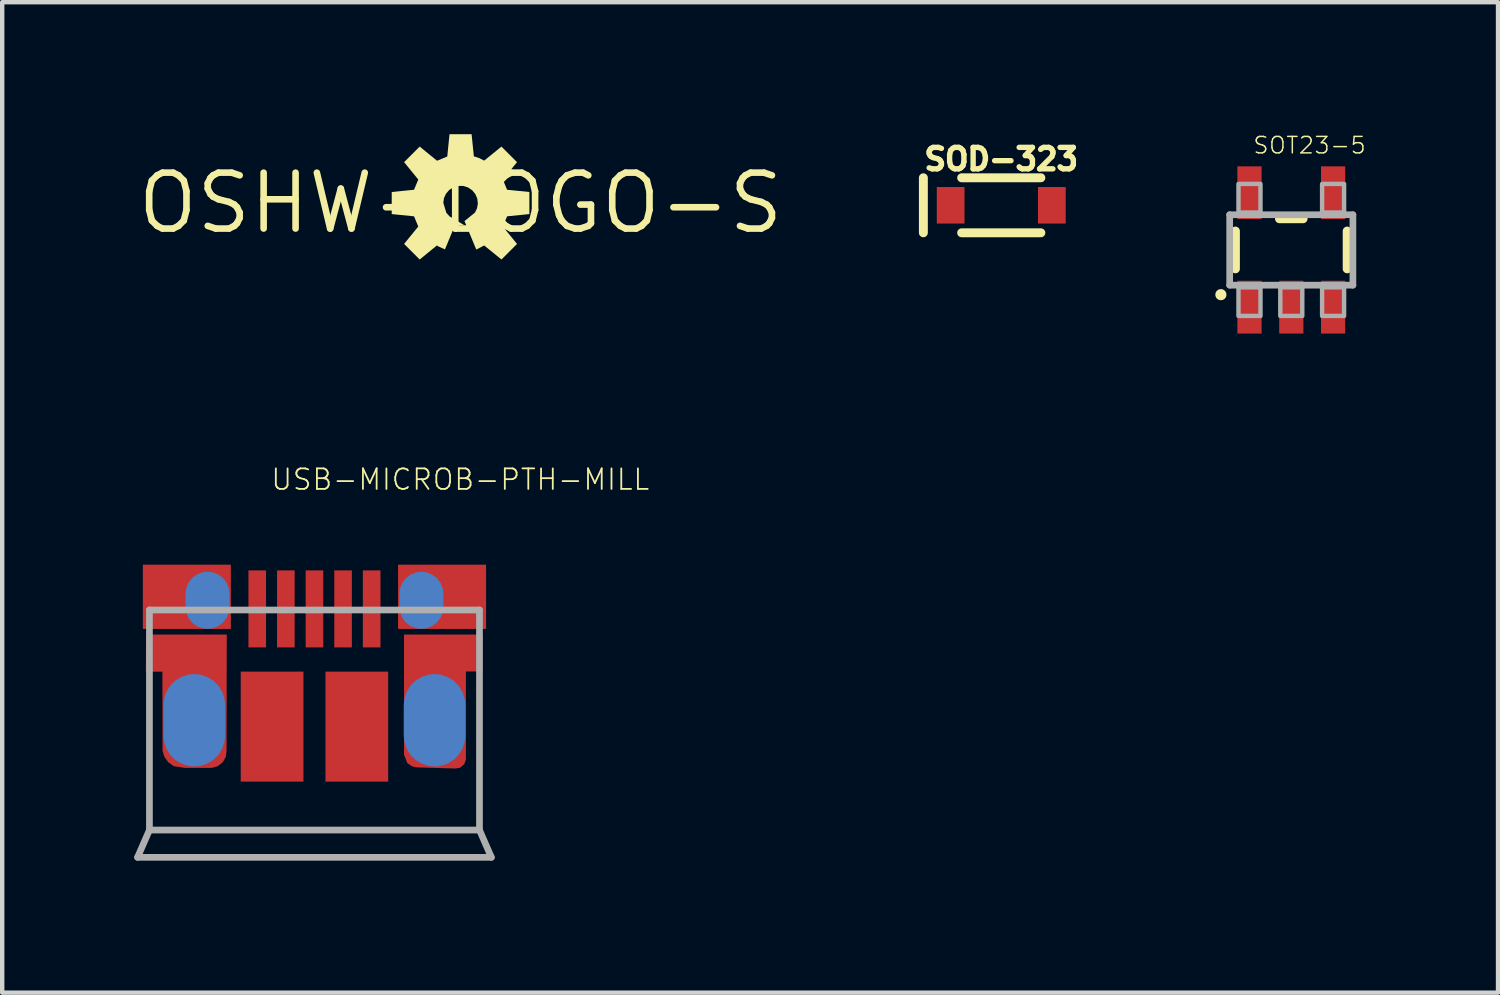
<source format=kicad_pcb>
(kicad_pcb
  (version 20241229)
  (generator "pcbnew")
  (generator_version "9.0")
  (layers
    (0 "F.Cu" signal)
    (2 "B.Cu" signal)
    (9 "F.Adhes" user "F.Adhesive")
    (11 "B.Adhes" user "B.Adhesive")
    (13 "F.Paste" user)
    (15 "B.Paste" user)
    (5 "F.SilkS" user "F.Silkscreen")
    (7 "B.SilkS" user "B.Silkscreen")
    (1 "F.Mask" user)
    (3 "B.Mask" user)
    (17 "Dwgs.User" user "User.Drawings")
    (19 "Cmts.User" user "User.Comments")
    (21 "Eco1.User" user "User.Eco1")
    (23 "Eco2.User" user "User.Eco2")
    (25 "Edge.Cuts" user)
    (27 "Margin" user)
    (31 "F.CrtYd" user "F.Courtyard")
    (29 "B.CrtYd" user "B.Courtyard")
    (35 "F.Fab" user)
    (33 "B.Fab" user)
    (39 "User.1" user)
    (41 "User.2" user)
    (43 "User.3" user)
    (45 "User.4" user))
  (footprint "OSHW-LOGO-S"
    (layer "F.Cu")
    (at 7.416 1.564)
    (property "Reference" "OSHW-LOGO-S" (at 0 0 0) (layer "F.SilkS") (effects (font (size 1.27 1.27) (thickness 0.15))))
    (fp_poly (pts (xy 0.302 -1.061) (xy 0.423 -1.022) (xy 0.537 -0.964) (xy 0.929 -1.283) (xy 1.283 -0.929) (xy 0.961 -0.534) (xy 1.057 -0.302) (xy 1.564 -0.251) (xy 1.564 0.251) (xy 1.057 0.302) (xy 0.961 0.534) (xy 1.283 0.929) (xy 0.929 1.283) (xy 0.537 0.964) (xy 0.357 1.057) (xy 0.089 0.41) (xy 0.326 0.218) (xy 0.374 0.121) (xy 0.393 0.01) (xy 0.379 -0.102) (xy 0.335 -0.205) (xy 0.263 -0.292) (xy 0.169 -0.355) (xy 0.061 -0.388) (xy -0.051 -0.389) (xy -0.16 -0.359) (xy -0.255 -0.299) (xy -0.33 -0.214) (xy -0.377 -0.112) (xy -0.392 -0.006) (xy -0.323 0.223) (xy -0.249 0.304) (xy 0.092 0.508) (xy -0.129 0.508) (xy -0.355 1.054) (xy -0.507 0.984) (xy -0.539 0.965) (xy -0.929 1.283) (xy -1.283 0.929) (xy -0.961 0.534) (xy -1.057 0.302) (xy -1.564 0.251) (xy -1.564 -0.251) (xy -1.057 -0.302) (xy -0.961 -0.534) (xy -1.283 -0.929) (xy -0.929 -1.283) (xy -0.534 -0.961) (xy -0.302 -1.057) (xy -0.251 -1.564) (xy 0.251 -1.564)) (stroke (width 0) (type solid)) (fill yes) (layer "F.SilkS")))
  (footprint "SOT23-5"
    (layer "F.Cu")
    (at 26.294 2.63)
    (property "Reference" "SOT23-5" (at -0.889 -2.159 0) (layer "F.SilkS") (effects (font (size 0.374 0.374) (thickness 0.033)) (justify left bottom)))
    (fp_line (start -1.27 0.429) (end -1.27 -0.429) (stroke (width 0.203) (type solid)) (layer "F.SilkS"))
    (fp_line (start -0.268 -0.709) (end 0.268 -0.709) (stroke (width 0.203) (type solid)) (layer "F.SilkS"))
    (fp_line (start 1.27 -0.429) (end 1.27 0.429) (stroke (width 0.203) (type solid)) (layer "F.SilkS"))
    (fp_circle (center -1.6 1.016) (end -1.537 1.016) (stroke (width 0.127) (type solid)) (fill yes) (layer "F.SilkS"))
    (fp_line (start -1.4 -0.8) (end -1.4 0.8) (stroke (width 0.152) (type solid)) (layer "F.Fab"))
    (fp_line (start -1.4 -0.8) (end 1.4 -0.8) (stroke (width 0.152) (type solid)) (layer "F.Fab"))
    (fp_line (start 1.4 -0.8) (end 1.4 0.8) (stroke (width 0.152) (type solid)) (layer "F.Fab"))
    (fp_line (start 1.4 0.8) (end -1.4 0.8) (stroke (width 0.152) (type solid)) (layer "F.Fab"))
    (fp_poly (pts (xy -1.2 -0.85) (xy -0.7 -0.85) (xy -0.7 -1.5) (xy -1.2 -1.5)) (stroke (width 0.1) (type solid)) (fill no) (layer "F.Fab"))
    (fp_poly (pts (xy -1.2 1.5) (xy -0.7 1.5) (xy -0.7 0.85) (xy -1.2 0.85)) (stroke (width 0.1) (type solid)) (fill no) (layer "F.Fab"))
    (fp_poly (pts (xy -0.25 1.5) (xy 0.25 1.5) (xy 0.25 0.85) (xy -0.25 0.85)) (stroke (width 0.1) (type solid)) (fill no) (layer "F.Fab"))
    (fp_poly (pts (xy 0.7 -0.85) (xy 1.2 -0.85) (xy 1.2 -1.5) (xy 0.7 -1.5)) (stroke (width 0.1) (type solid)) (fill no) (layer "F.Fab"))
    (fp_poly (pts (xy 0.7 1.5) (xy 1.2 1.5) (xy 1.2 0.85) (xy 0.7 0.85)) (stroke (width 0.1) (type solid)) (fill no) (layer "F.Fab"))
    (pad "1" smd rect (at -0.95 1.3) (size 0.55 1.2) (layers "F.Cu" "F.Mask" "F.Paste"))
    (pad "2" smd rect (at 0 1.3) (size 0.55 1.2) (layers "F.Cu" "F.Mask" "F.Paste"))
    (pad "3" smd rect (at 0.95 1.3) (size 0.55 1.2) (layers "F.Cu" "F.Mask" "F.Paste"))
    (pad "4" smd rect (at 0.95 -1.3) (size 0.55 1.2) (layers "F.Cu" "F.Mask" "F.Paste"))
    (pad "5" smd rect (at -0.95 -1.3) (size 0.55 1.2) (layers "F.Cu" "F.Mask" "F.Paste")))
  (footprint "SOD-323"
    (layer "F.Cu")
    (at 19.703 1.615)
    (property "Reference" "SOD-323" (at 0 -0.762 0) (layer "F.SilkS") (effects (font (size 0.488 0.488) (thickness 0.122)) (justify bottom)))
    (fp_line (start -1.77 -0.625) (end -1.77 0.625) (stroke (width 0.203) (type solid)) (layer "F.SilkS"))
    (fp_line (start -0.9 -0.625) (end 0.9 -0.625) (stroke (width 0.203) (type solid)) (layer "F.SilkS"))
    (fp_line (start -0.9 0.625) (end 0.9 0.625) (stroke (width 0.203) (type solid)) (layer "F.SilkS"))
    (pad "A" smd rect (at 1.15 0) (size 0.63 0.83) (layers "F.Cu" "F.Mask" "F.Paste"))
    (pad "C" smd rect (at -1.15 0) (size 0.63 0.83) (layers "F.Cu" "F.Mask" "F.Paste")))
  (footprint "USB-MICROB-PTH-MILL"
    (layer "F.Cu")
    (at 4.096 10.787)
    (property "Reference" "USB-MICROB-PTH-MILL" (at -1.016 -2.667 0) (layer "F.SilkS") (effects (font (size 0.467 0.467) (thickness 0.041)) (justify left bottom)))
    (fp_poly (pts (xy 3.82 1.422) (xy 3.442 1.422) (xy 3.442 3.422) (xy 3.404 3.528) (xy 3.312 3.607) (xy 3.208 3.627) (xy 2.323 3.601) (xy 2.217 3.578) (xy 2.11 3.504) (xy 2.035 3.314) (xy 2.035 0.583) (xy 3.82 0.583)) (stroke (width 0) (type solid)) (fill yes) (layer "F.Cu"))
    (fp_poly (pts (xy -1.998 3.231) (xy -2.014 3.36) (xy -2.085 3.486) (xy -2.198 3.575) (xy -2.331 3.612) (xy -2.953 3.612) (xy -3.201 3.572) (xy -3.324 3.483) (xy -3.408 3.367) (xy -3.452 3.231) (xy -3.456 1.427) (xy -3.832 1.427) (xy -3.826 0.583) (xy -1.993 0.583)) (stroke (width 0) (type solid)) (fill yes) (layer "F.Cu"))
    (fp_poly (pts (xy 3.851 1.476) (xy 3.551 1.476) (xy 3.551 3.333) (xy 3.514 3.453) (xy 3.441 3.557) (xy 3.336 3.636) (xy 3.104 3.676) (xy 2.295 3.676) (xy 2.165 3.65) (xy 2.047 3.571) (xy 1.949 3.335) (xy 1.949 0.574) (xy 3.851 0.574)) (stroke (width 0) (type solid)) (fill yes) (layer "F.Mask"))
    (fp_poly (pts (xy -1.949 3.225) (xy -1.951 3.344) (xy -1.992 3.464) (xy -2.071 3.569) (xy -2.288 3.676) (xy -3.004 3.676) (xy -3.14 3.654) (xy -3.265 3.59) (xy -3.368 3.487) (xy -3.451 3.233) (xy -3.451 1.476) (xy -3.851 1.476) (xy -3.851 0.574) (xy -1.949 0.574)) (stroke (width 0) (type solid)) (fill yes) (layer "F.Mask"))
    (fp_poly (pts (xy -1.15 0.831) (xy -1.45 0.831) (xy -1.45 -0.844) (xy -1.15 -0.844)) (stroke (width 0) (type solid)) (fill yes) (layer "F.Paste"))
    (fp_poly (pts (xy -0.5 0.831) (xy -0.8 0.831) (xy -0.8 -0.844) (xy -0.5 -0.844)) (stroke (width 0) (type solid)) (fill yes) (layer "F.Paste"))
    (fp_poly (pts (xy 0.15 0.831) (xy -0.15 0.831) (xy -0.15 -0.844) (xy 0.15 -0.844)) (stroke (width 0) (type solid)) (fill yes) (layer "F.Paste"))
    (fp_poly (pts (xy 0.8 0.831) (xy 0.5 0.831) (xy 0.5 -0.844) (xy 0.8 -0.844)) (stroke (width 0) (type solid)) (fill yes) (layer "F.Paste"))
    (fp_poly (pts (xy 1.45 0.831) (xy 1.15 0.831) (xy 1.15 -0.844) (xy 1.45 -0.844)) (stroke (width 0) (type solid)) (fill yes) (layer "F.Paste"))
    (fp_poly (pts (xy -1.945 3.194) (xy -1.963 3.308) (xy -2.017 3.415) (xy -2.104 3.502) (xy -2.318 3.571) (xy -3.067 3.571) (xy -3.199 3.545) (xy -3.319 3.465) (xy -3.418 3.226) (xy -3.418 1.488) (xy -3.926 1.488) (xy -3.926 0.599) (xy -1.945 0.599)) (stroke (width 0) (type solid)) (fill yes) (layer "F.Paste"))
    (fp_poly (pts (xy 3.913 1.488) (xy 3.405 1.488) (xy 3.405 3.226) (xy 3.306 3.465) (xy 3.186 3.545) (xy 3.055 3.571) (xy 2.305 3.571) (xy 2.092 3.502) (xy 2.004 3.415) (xy 1.95 3.308) (xy 1.932 3.194) (xy 1.932 0.599) (xy 3.913 0.599)) (stroke (width 0) (type solid)) (fill yes) (layer "F.Paste"))
    (fp_line (start -4.02 5.645) (end -3.75 5.025) (stroke (width 0.152) (type solid)) (layer "F.Fab"))
    (fp_line (start -3.75 0.025) (end -3.75 5.025) (stroke (width 0.152) (type solid)) (layer "F.Fab"))
    (fp_line (start -3.75 5.025) (end 3.75 5.025) (stroke (width 0.152) (type solid)) (layer "F.Fab"))
    (fp_line (start 3.75 0.025) (end -3.75 0.025) (stroke (width 0.152) (type solid)) (layer "F.Fab"))
    (fp_line (start 3.75 5.025) (end 3.75 0.025) (stroke (width 0.152) (type solid)) (layer "F.Fab"))
    (fp_line (start 4.02 5.645) (end -4.02 5.645) (stroke (width 0.152) (type solid)) (layer "F.Fab"))
    (fp_line (start 4.02 5.645) (end 3.75 5.025) (stroke (width 0.152) (type solid)) (layer "F.Fab"))
    (pad "D+" smd rect (at 0 0 90) (size 1.75 0.4) (layers "F.Cu" "F.Mask"))
    (pad "D-" smd rect (at -0.65 0 90) (size 1.75 0.4) (layers "F.Cu" "F.Mask"))
    (pad "GND" smd rect (at 1.3 0 90) (size 1.75 0.4) (layers "F.Cu" "F.Mask"))
    (pad "ID" smd rect (at 0.65 0 90) (size 1.75 0.4) (layers "F.Cu" "F.Mask"))
    (pad "SHIELD" smd rect (at -2.9 -0.275 90) (size 1.46 2) (layers "F.Cu" "F.Mask" "F.Paste"))
    (pad "SHIELD2" smd rect (at 2.9 -0.275 90) (size 1.46 2) (layers "F.Cu" "F.Mask" "F.Paste"))
    (pad "SHIELD3" smd rect (at -0.963 2.675 90) (size 2.5 1.425) (layers "F.Cu" "F.Mask" "F.Paste"))
    (pad "SHIELD4" smd rect (at 0.963 2.675 90) (size 2.5 1.425) (layers "F.Cu" "F.Mask" "F.Paste"))
    (pad "SHIELD5" smd roundrect (at -2.731 2.531 90) (size 2.1 1.4) (layers "B.Cu") (roundrect_rratio 0.5))
    (pad "SHIELD6" smd roundrect (at 2.7 2.575 90) (size 1 1) (layers "F.Cu") (roundrect_rratio 0.5))
    (pad "SHIELD7" smd roundrect (at 2.729 2.531 90) (size 2.1 1.4) (layers "B.Cu") (roundrect_rratio 0.5))
    (pad "SHIELD8" smd roundrect (at -2.731 2.731 90) (size 1.5 1.1) (layers "F.Cu") (roundrect_rratio 0.5))
    (pad "SHIELD9" smd roundrect (at -2.43 -0.195 90) (size 1.3 1) (layers "B.Cu") (roundrect_rratio 0.5))
    (pad "SHIELD10" smd roundrect (at 2.43 -0.195 90) (size 1.3 1) (layers "B.Cu") (roundrect_rratio 0.5))
    (pad "VBUS" smd rect (at -1.3 0 90) (size 1.75 0.4) (layers "F.Cu" "F.Mask")))
  (gr_rect
    (start -3 -3)
    (end 30.992 19.508)
    (stroke (width 0.1) (type default))
    (fill no)
    (layer "Edge.Cuts")))
</source>
